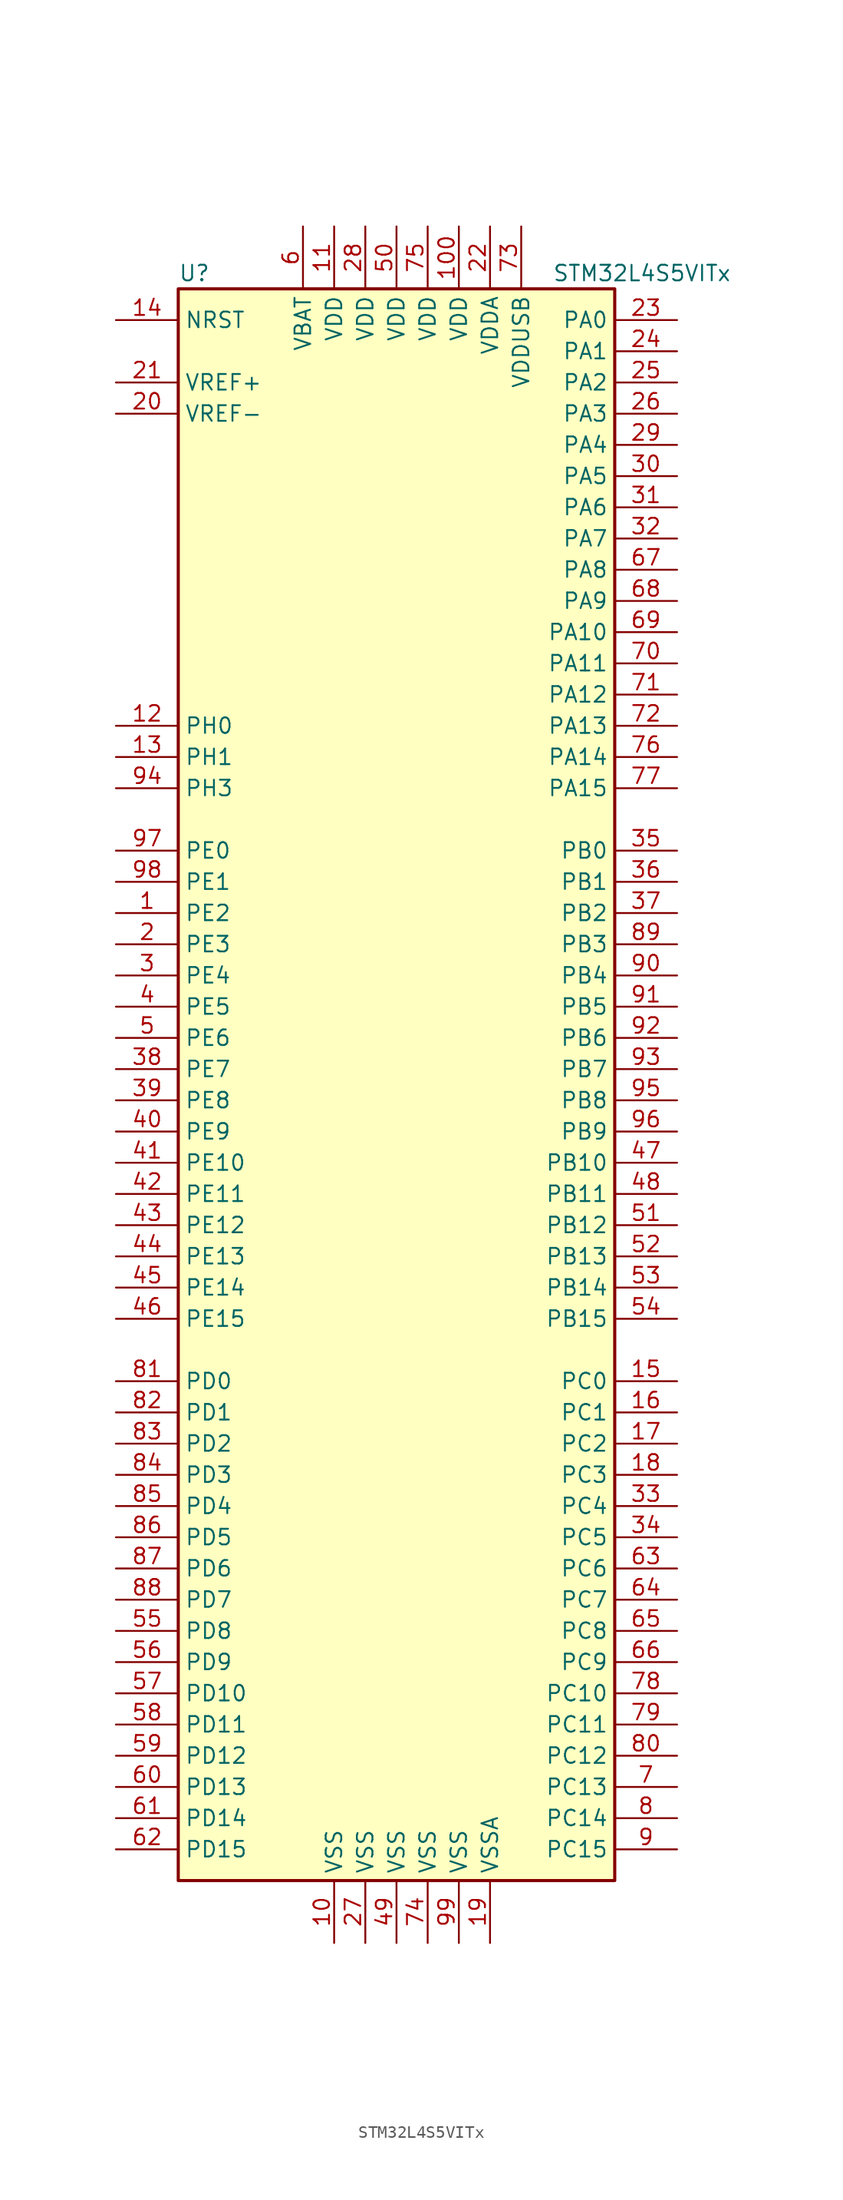
<source format=kicad_sym>
(kicad_symbol_lib
  (version 20211014)
  (generator kicad_symbol_editor)
  (symbol "STM32L4S5VITx"
    (property "Reference" "U"
      (at -17.78 64.77 0)
      (effects (font (size 1.27 1.27)) (justify left)))
    (property "Value" "STM32L4S5VITx"
      (at 12.7 64.77 0)
      (effects (font (size 1.27 1.27)) (justify left)))
    (symbol "STM32L4S5VITx_0_1"
      (rectangle (start -17.78 -66.04) (end 17.78 63.5) (stroke (width 0.254) (type default) (color 0 0 0 0)) (fill (type background))))
    (symbol "STM32L4S5VITx_1_1"
      (pin bidirectional line (at -22.86 12.7 0) (length 5.08) (name "PE2" (effects (font (size 1.27 1.27)))) (number "1" (effects (font (size 1.27 1.27)))))
      (pin power_in line (at -5.08 -71.12 90) (length 5.08) (name "VSS" (effects (font (size 1.27 1.27)))) (number "10" (effects (font (size 1.27 1.27)))))
      (pin power_in line (at 5.08 68.58 270) (length 5.08) (name "VDD" (effects (font (size 1.27 1.27)))) (number "100" (effects (font (size 1.27 1.27)))))
      (pin power_in line (at -5.08 68.58 270) (length 5.08) (name "VDD" (effects (font (size 1.27 1.27)))) (number "11" (effects (font (size 1.27 1.27)))))
      (pin input line (at -22.86 27.94 0) (length 5.08) (name "PH0" (effects (font (size 1.27 1.27)))) (number "12" (effects (font (size 1.27 1.27)))))
      (pin input line (at -22.86 25.4 0) (length 5.08) (name "PH1" (effects (font (size 1.27 1.27)))) (number "13" (effects (font (size 1.27 1.27)))))
      (pin input line (at -22.86 60.96 0) (length 5.08) (name "NRST" (effects (font (size 1.27 1.27)))) (number "14" (effects (font (size 1.27 1.27)))))
      (pin bidirectional line (at 22.86 -25.4 180) (length 5.08) (name "PC0" (effects (font (size 1.27 1.27)))) (number "15" (effects (font (size 1.27 1.27)))))
      (pin bidirectional line (at 22.86 -27.94 180) (length 5.08) (name "PC1" (effects (font (size 1.27 1.27)))) (number "16" (effects (font (size 1.27 1.27)))))
      (pin bidirectional line (at 22.86 -30.48 180) (length 5.08) (name "PC2" (effects (font (size 1.27 1.27)))) (number "17" (effects (font (size 1.27 1.27)))))
      (pin bidirectional line (at 22.86 -33.02 180) (length 5.08) (name "PC3" (effects (font (size 1.27 1.27)))) (number "18" (effects (font (size 1.27 1.27)))))
      (pin power_in line (at 7.62 -71.12 90) (length 5.08) (name "VSSA" (effects (font (size 1.27 1.27)))) (number "19" (effects (font (size 1.27 1.27)))))
      (pin bidirectional line (at -22.86 10.16 0) (length 5.08) (name "PE3" (effects (font (size 1.27 1.27)))) (number "2" (effects (font (size 1.27 1.27)))))
      (pin power_in line (at -22.86 53.34 0) (length 5.08) (name "VREF-" (effects (font (size 1.27 1.27)))) (number "20" (effects (font (size 1.27 1.27)))))
      (pin bidirectional line (at -22.86 55.88 0) (length 5.08) (name "VREF+" (effects (font (size 1.27 1.27)))) (number "21" (effects (font (size 1.27 1.27)))))
      (pin power_in line (at 7.62 68.58 270) (length 5.08) (name "VDDA" (effects (font (size 1.27 1.27)))) (number "22" (effects (font (size 1.27 1.27)))))
      (pin bidirectional line (at 22.86 60.96 180) (length 5.08) (name "PA0" (effects (font (size 1.27 1.27)))) (number "23" (effects (font (size 1.27 1.27)))))
      (pin bidirectional line (at 22.86 58.42 180) (length 5.08) (name "PA1" (effects (font (size 1.27 1.27)))) (number "24" (effects (font (size 1.27 1.27)))))
      (pin bidirectional line (at 22.86 55.88 180) (length 5.08) (name "PA2" (effects (font (size 1.27 1.27)))) (number "25" (effects (font (size 1.27 1.27)))))
      (pin bidirectional line (at 22.86 53.34 180) (length 5.08) (name "PA3" (effects (font (size 1.27 1.27)))) (number "26" (effects (font (size 1.27 1.27)))))
      (pin power_in line (at -2.54 -71.12 90) (length 5.08) (name "VSS" (effects (font (size 1.27 1.27)))) (number "27" (effects (font (size 1.27 1.27)))))
      (pin power_in line (at -2.54 68.58 270) (length 5.08) (name "VDD" (effects (font (size 1.27 1.27)))) (number "28" (effects (font (size 1.27 1.27)))))
      (pin bidirectional line (at 22.86 50.8 180) (length 5.08) (name "PA4" (effects (font (size 1.27 1.27)))) (number "29" (effects (font (size 1.27 1.27)))))
      (pin bidirectional line (at -22.86 7.62 0) (length 5.08) (name "PE4" (effects (font (size 1.27 1.27)))) (number "3" (effects (font (size 1.27 1.27)))))
      (pin bidirectional line (at 22.86 48.26 180) (length 5.08) (name "PA5" (effects (font (size 1.27 1.27)))) (number "30" (effects (font (size 1.27 1.27)))))
      (pin bidirectional line (at 22.86 45.72 180) (length 5.08) (name "PA6" (effects (font (size 1.27 1.27)))) (number "31" (effects (font (size 1.27 1.27)))))
      (pin bidirectional line (at 22.86 43.18 180) (length 5.08) (name "PA7" (effects (font (size 1.27 1.27)))) (number "32" (effects (font (size 1.27 1.27)))))
      (pin bidirectional line (at 22.86 -35.56 180) (length 5.08) (name "PC4" (effects (font (size 1.27 1.27)))) (number "33" (effects (font (size 1.27 1.27)))))
      (pin bidirectional line (at 22.86 -38.1 180) (length 5.08) (name "PC5" (effects (font (size 1.27 1.27)))) (number "34" (effects (font (size 1.27 1.27)))))
      (pin bidirectional line (at 22.86 17.78 180) (length 5.08) (name "PB0" (effects (font (size 1.27 1.27)))) (number "35" (effects (font (size 1.27 1.27)))))
      (pin bidirectional line (at 22.86 15.24 180) (length 5.08) (name "PB1" (effects (font (size 1.27 1.27)))) (number "36" (effects (font (size 1.27 1.27)))))
      (pin bidirectional line (at 22.86 12.7 180) (length 5.08) (name "PB2" (effects (font (size 1.27 1.27)))) (number "37" (effects (font (size 1.27 1.27)))))
      (pin bidirectional line (at -22.86 0 0) (length 5.08) (name "PE7" (effects (font (size 1.27 1.27)))) (number "38" (effects (font (size 1.27 1.27)))))
      (pin bidirectional line (at -22.86 -2.54 0) (length 5.08) (name "PE8" (effects (font (size 1.27 1.27)))) (number "39" (effects (font (size 1.27 1.27)))))
      (pin bidirectional line (at -22.86 5.08 0) (length 5.08) (name "PE5" (effects (font (size 1.27 1.27)))) (number "4" (effects (font (size 1.27 1.27)))))
      (pin bidirectional line (at -22.86 -5.08 0) (length 5.08) (name "PE9" (effects (font (size 1.27 1.27)))) (number "40" (effects (font (size 1.27 1.27)))))
      (pin bidirectional line (at -22.86 -7.62 0) (length 5.08) (name "PE10" (effects (font (size 1.27 1.27)))) (number "41" (effects (font (size 1.27 1.27)))))
      (pin bidirectional line (at -22.86 -10.16 0) (length 5.08) (name "PE11" (effects (font (size 1.27 1.27)))) (number "42" (effects (font (size 1.27 1.27)))))
      (pin bidirectional line (at -22.86 -12.7 0) (length 5.08) (name "PE12" (effects (font (size 1.27 1.27)))) (number "43" (effects (font (size 1.27 1.27)))))
      (pin bidirectional line (at -22.86 -15.24 0) (length 5.08) (name "PE13" (effects (font (size 1.27 1.27)))) (number "44" (effects (font (size 1.27 1.27)))))
      (pin bidirectional line (at -22.86 -17.78 0) (length 5.08) (name "PE14" (effects (font (size 1.27 1.27)))) (number "45" (effects (font (size 1.27 1.27)))))
      (pin bidirectional line (at -22.86 -20.32 0) (length 5.08) (name "PE15" (effects (font (size 1.27 1.27)))) (number "46" (effects (font (size 1.27 1.27)))))
      (pin bidirectional line (at 22.86 -7.62 180) (length 5.08) (name "PB10" (effects (font (size 1.27 1.27)))) (number "47" (effects (font (size 1.27 1.27)))))
      (pin bidirectional line (at 22.86 -10.16 180) (length 5.08) (name "PB11" (effects (font (size 1.27 1.27)))) (number "48" (effects (font (size 1.27 1.27)))))
      (pin power_in line (at 0 -71.12 90) (length 5.08) (name "VSS" (effects (font (size 1.27 1.27)))) (number "49" (effects (font (size 1.27 1.27)))))
      (pin bidirectional line (at -22.86 2.54 0) (length 5.08) (name "PE6" (effects (font (size 1.27 1.27)))) (number "5" (effects (font (size 1.27 1.27)))))
      (pin power_in line (at 0 68.58 270) (length 5.08) (name "VDD" (effects (font (size 1.27 1.27)))) (number "50" (effects (font (size 1.27 1.27)))))
      (pin bidirectional line (at 22.86 -12.7 180) (length 5.08) (name "PB12" (effects (font (size 1.27 1.27)))) (number "51" (effects (font (size 1.27 1.27)))))
      (pin bidirectional line (at 22.86 -15.24 180) (length 5.08) (name "PB13" (effects (font (size 1.27 1.27)))) (number "52" (effects (font (size 1.27 1.27)))))
      (pin bidirectional line (at 22.86 -17.78 180) (length 5.08) (name "PB14" (effects (font (size 1.27 1.27)))) (number "53" (effects (font (size 1.27 1.27)))))
      (pin bidirectional line (at 22.86 -20.32 180) (length 5.08) (name "PB15" (effects (font (size 1.27 1.27)))) (number "54" (effects (font (size 1.27 1.27)))))
      (pin bidirectional line (at -22.86 -45.72 0) (length 5.08) (name "PD8" (effects (font (size 1.27 1.27)))) (number "55" (effects (font (size 1.27 1.27)))))
      (pin bidirectional line (at -22.86 -48.26 0) (length 5.08) (name "PD9" (effects (font (size 1.27 1.27)))) (number "56" (effects (font (size 1.27 1.27)))))
      (pin bidirectional line (at -22.86 -50.8 0) (length 5.08) (name "PD10" (effects (font (size 1.27 1.27)))) (number "57" (effects (font (size 1.27 1.27)))))
      (pin bidirectional line (at -22.86 -53.34 0) (length 5.08) (name "PD11" (effects (font (size 1.27 1.27)))) (number "58" (effects (font (size 1.27 1.27)))))
      (pin bidirectional line (at -22.86 -55.88 0) (length 5.08) (name "PD12" (effects (font (size 1.27 1.27)))) (number "59" (effects (font (size 1.27 1.27)))))
      (pin power_in line (at -7.62 68.58 270) (length 5.08) (name "VBAT" (effects (font (size 1.27 1.27)))) (number "6" (effects (font (size 1.27 1.27)))))
      (pin bidirectional line (at -22.86 -58.42 0) (length 5.08) (name "PD13" (effects (font (size 1.27 1.27)))) (number "60" (effects (font (size 1.27 1.27)))))
      (pin bidirectional line (at -22.86 -60.96 0) (length 5.08) (name "PD14" (effects (font (size 1.27 1.27)))) (number "61" (effects (font (size 1.27 1.27)))))
      (pin bidirectional line (at -22.86 -63.5 0) (length 5.08) (name "PD15" (effects (font (size 1.27 1.27)))) (number "62" (effects (font (size 1.27 1.27)))))
      (pin bidirectional line (at 22.86 -40.64 180) (length 5.08) (name "PC6" (effects (font (size 1.27 1.27)))) (number "63" (effects (font (size 1.27 1.27)))))
      (pin bidirectional line (at 22.86 -43.18 180) (length 5.08) (name "PC7" (effects (font (size 1.27 1.27)))) (number "64" (effects (font (size 1.27 1.27)))))
      (pin bidirectional line (at 22.86 -45.72 180) (length 5.08) (name "PC8" (effects (font (size 1.27 1.27)))) (number "65" (effects (font (size 1.27 1.27)))))
      (pin bidirectional line (at 22.86 -48.26 180) (length 5.08) (name "PC9" (effects (font (size 1.27 1.27)))) (number "66" (effects (font (size 1.27 1.27)))))
      (pin bidirectional line (at 22.86 40.64 180) (length 5.08) (name "PA8" (effects (font (size 1.27 1.27)))) (number "67" (effects (font (size 1.27 1.27)))))
      (pin bidirectional line (at 22.86 38.1 180) (length 5.08) (name "PA9" (effects (font (size 1.27 1.27)))) (number "68" (effects (font (size 1.27 1.27)))))
      (pin bidirectional line (at 22.86 35.56 180) (length 5.08) (name "PA10" (effects (font (size 1.27 1.27)))) (number "69" (effects (font (size 1.27 1.27)))))
      (pin bidirectional line (at 22.86 -58.42 180) (length 5.08) (name "PC13" (effects (font (size 1.27 1.27)))) (number "7" (effects (font (size 1.27 1.27)))))
      (pin bidirectional line (at 22.86 33.02 180) (length 5.08) (name "PA11" (effects (font (size 1.27 1.27)))) (number "70" (effects (font (size 1.27 1.27)))))
      (pin bidirectional line (at 22.86 30.48 180) (length 5.08) (name "PA12" (effects (font (size 1.27 1.27)))) (number "71" (effects (font (size 1.27 1.27)))))
      (pin bidirectional line (at 22.86 27.94 180) (length 5.08) (name "PA13" (effects (font (size 1.27 1.27)))) (number "72" (effects (font (size 1.27 1.27)))))
      (pin power_in line (at 10.16 68.58 270) (length 5.08) (name "VDDUSB" (effects (font (size 1.27 1.27)))) (number "73" (effects (font (size 1.27 1.27)))))
      (pin power_in line (at 2.54 -71.12 90) (length 5.08) (name "VSS" (effects (font (size 1.27 1.27)))) (number "74" (effects (font (size 1.27 1.27)))))
      (pin power_in line (at 2.54 68.58 270) (length 5.08) (name "VDD" (effects (font (size 1.27 1.27)))) (number "75" (effects (font (size 1.27 1.27)))))
      (pin bidirectional line (at 22.86 25.4 180) (length 5.08) (name "PA14" (effects (font (size 1.27 1.27)))) (number "76" (effects (font (size 1.27 1.27)))))
      (pin bidirectional line (at 22.86 22.86 180) (length 5.08) (name "PA15" (effects (font (size 1.27 1.27)))) (number "77" (effects (font (size 1.27 1.27)))))
      (pin bidirectional line (at 22.86 -50.8 180) (length 5.08) (name "PC10" (effects (font (size 1.27 1.27)))) (number "78" (effects (font (size 1.27 1.27)))))
      (pin bidirectional line (at 22.86 -53.34 180) (length 5.08) (name "PC11" (effects (font (size 1.27 1.27)))) (number "79" (effects (font (size 1.27 1.27)))))
      (pin bidirectional line (at 22.86 -60.96 180) (length 5.08) (name "PC14" (effects (font (size 1.27 1.27)))) (number "8" (effects (font (size 1.27 1.27)))))
      (pin bidirectional line (at 22.86 -55.88 180) (length 5.08) (name "PC12" (effects (font (size 1.27 1.27)))) (number "80" (effects (font (size 1.27 1.27)))))
      (pin bidirectional line (at -22.86 -25.4 0) (length 5.08) (name "PD0" (effects (font (size 1.27 1.27)))) (number "81" (effects (font (size 1.27 1.27)))))
      (pin bidirectional line (at -22.86 -27.94 0) (length 5.08) (name "PD1" (effects (font (size 1.27 1.27)))) (number "82" (effects (font (size 1.27 1.27)))))
      (pin bidirectional line (at -22.86 -30.48 0) (length 5.08) (name "PD2" (effects (font (size 1.27 1.27)))) (number "83" (effects (font (size 1.27 1.27)))))
      (pin bidirectional line (at -22.86 -33.02 0) (length 5.08) (name "PD3" (effects (font (size 1.27 1.27)))) (number "84" (effects (font (size 1.27 1.27)))))
      (pin bidirectional line (at -22.86 -35.56 0) (length 5.08) (name "PD4" (effects (font (size 1.27 1.27)))) (number "85" (effects (font (size 1.27 1.27)))))
      (pin bidirectional line (at -22.86 -38.1 0) (length 5.08) (name "PD5" (effects (font (size 1.27 1.27)))) (number "86" (effects (font (size 1.27 1.27)))))
      (pin bidirectional line (at -22.86 -40.64 0) (length 5.08) (name "PD6" (effects (font (size 1.27 1.27)))) (number "87" (effects (font (size 1.27 1.27)))))
      (pin bidirectional line (at -22.86 -43.18 0) (length 5.08) (name "PD7" (effects (font (size 1.27 1.27)))) (number "88" (effects (font (size 1.27 1.27)))))
      (pin bidirectional line (at 22.86 10.16 180) (length 5.08) (name "PB3" (effects (font (size 1.27 1.27)))) (number "89" (effects (font (size 1.27 1.27)))))
      (pin bidirectional line (at 22.86 -63.5 180) (length 5.08) (name "PC15" (effects (font (size 1.27 1.27)))) (number "9" (effects (font (size 1.27 1.27)))))
      (pin bidirectional line (at 22.86 7.62 180) (length 5.08) (name "PB4" (effects (font (size 1.27 1.27)))) (number "90" (effects (font (size 1.27 1.27)))))
      (pin bidirectional line (at 22.86 5.08 180) (length 5.08) (name "PB5" (effects (font (size 1.27 1.27)))) (number "91" (effects (font (size 1.27 1.27)))))
      (pin bidirectional line (at 22.86 2.54 180) (length 5.08) (name "PB6" (effects (font (size 1.27 1.27)))) (number "92" (effects (font (size 1.27 1.27)))))
      (pin bidirectional line (at 22.86 0 180) (length 5.08) (name "PB7" (effects (font (size 1.27 1.27)))) (number "93" (effects (font (size 1.27 1.27)))))
      (pin bidirectional line (at -22.86 22.86 0) (length 5.08) (name "PH3" (effects (font (size 1.27 1.27)))) (number "94" (effects (font (size 1.27 1.27)))))
      (pin bidirectional line (at 22.86 -2.54 180) (length 5.08) (name "PB8" (effects (font (size 1.27 1.27)))) (number "95" (effects (font (size 1.27 1.27)))))
      (pin bidirectional line (at 22.86 -5.08 180) (length 5.08) (name "PB9" (effects (font (size 1.27 1.27)))) (number "96" (effects (font (size 1.27 1.27)))))
      (pin bidirectional line (at -22.86 17.78 0) (length 5.08) (name "PE0" (effects (font (size 1.27 1.27)))) (number "97" (effects (font (size 1.27 1.27)))))
      (pin bidirectional line (at -22.86 15.24 0) (length 5.08) (name "PE1" (effects (font (size 1.27 1.27)))) (number "98" (effects (font (size 1.27 1.27)))))
      (pin power_in line (at 5.08 -71.12 90) (length 5.08) (name "VSS" (effects (font (size 1.27 1.27)))) (number "99" (effects (font (size 1.27 1.27))))))))
</source>
